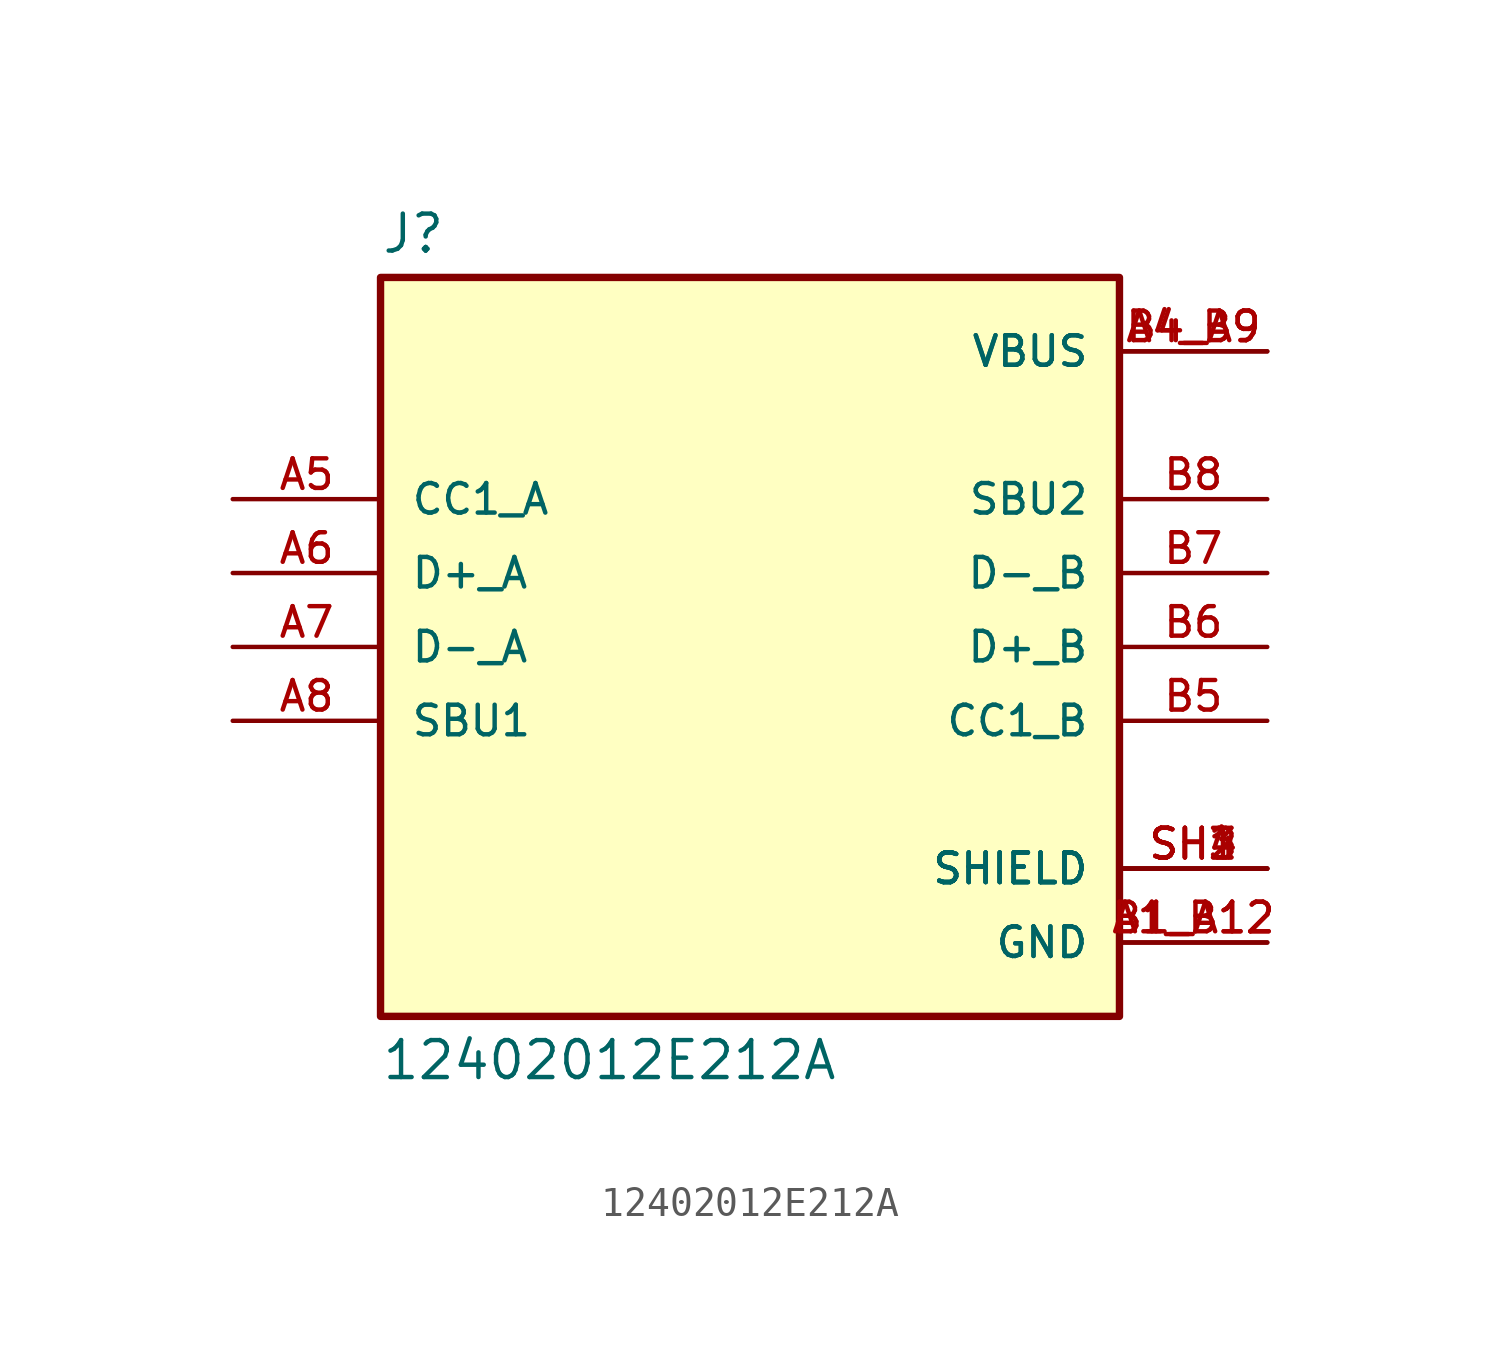
<source format=kicad_sym>
(kicad_symbol_lib
  (version 20211014)
  (generator kicad_symbol_editor)
  (symbol "12402012E212A"
    (pin_names
      (offset 1.016))
    (property "Reference" "J"
      (at -12.7 13.462 0)
      (effects (font (size 1.27 1.27)) (justify bottom left)))
    (property "Value" "12402012E212A"
      (at -12.7 -13.462 0.0)
      (effects (font (size 1.27 1.27)) (justify top left)))
    (symbol "12402012E212A_0_0"
      (rectangle (start -12.7 -12.7) (end 12.7 12.7) (stroke (width 0.254)) (fill (type background)))
      (pin bidirectional line (at -17.78 2.54 0) (length 5.08) (name "D+_A" (effects (font (size 1.016 1.016)))) (number "A6" (effects (font (size 1.016 1.016)))))
      (pin bidirectional line (at -17.78 5.08 0) (length 5.08) (name "CC1_A" (effects (font (size 1.016 1.016)))) (number "A5" (effects (font (size 1.016 1.016)))))
      (pin bidirectional line (at -17.78 -2.54 0) (length 5.08) (name "SBU1" (effects (font (size 1.016 1.016)))) (number "A8" (effects (font (size 1.016 1.016)))))
      (pin bidirectional line (at -17.78 0.0 0) (length 5.08) (name "D-_A" (effects (font (size 1.016 1.016)))) (number "A7" (effects (font (size 1.016 1.016)))))
      (pin passive line (at 17.78 -7.62 180.0) (length 5.08) (name "SHIELD" (effects (font (size 1.016 1.016)))) (number "SH1" (effects (font (size 1.016 1.016)))))
      (pin passive line (at 17.78 -7.62 180.0) (length 5.08) (name "SHIELD" (effects (font (size 1.016 1.016)))) (number "SH2" (effects (font (size 1.016 1.016)))))
      (pin passive line (at 17.78 -7.62 180.0) (length 5.08) (name "SHIELD" (effects (font (size 1.016 1.016)))) (number "SH3" (effects (font (size 1.016 1.016)))))
      (pin passive line (at 17.78 -7.62 180.0) (length 5.08) (name "SHIELD" (effects (font (size 1.016 1.016)))) (number "SH4" (effects (font (size 1.016 1.016)))))
      (pin power_in line (at 17.78 -10.16 180.0) (length 5.08) (name "GND" (effects (font (size 1.016 1.016)))) (number "A1_B12" (effects (font (size 1.016 1.016)))))
      (pin power_in line (at 17.78 -10.16 180.0) (length 5.08) (name "GND" (effects (font (size 1.016 1.016)))) (number "B1_A12" (effects (font (size 1.016 1.016)))))
      (pin power_in line (at 17.78 10.16 180.0) (length 5.08) (name "VBUS" (effects (font (size 1.016 1.016)))) (number "A4_B9" (effects (font (size 1.016 1.016)))))
      (pin power_in line (at 17.78 10.16 180.0) (length 5.08) (name "VBUS" (effects (font (size 1.016 1.016)))) (number "B4_A9" (effects (font (size 1.016 1.016)))))
      (pin bidirectional line (at 17.78 0.0 180.0) (length 5.08) (name "D+_B" (effects (font (size 1.016 1.016)))) (number "B6" (effects (font (size 1.016 1.016)))))
      (pin bidirectional line (at 17.78 -2.54 180.0) (length 5.08) (name "CC1_B" (effects (font (size 1.016 1.016)))) (number "B5" (effects (font (size 1.016 1.016)))))
      (pin bidirectional line (at 17.78 5.08 180.0) (length 5.08) (name "SBU2" (effects (font (size 1.016 1.016)))) (number "B8" (effects (font (size 1.016 1.016)))))
      (pin bidirectional line (at 17.78 2.54 180.0) (length 5.08) (name "D-_B" (effects (font (size 1.016 1.016)))) (number "B7" (effects (font (size 1.016 1.016))))))))
</source>
